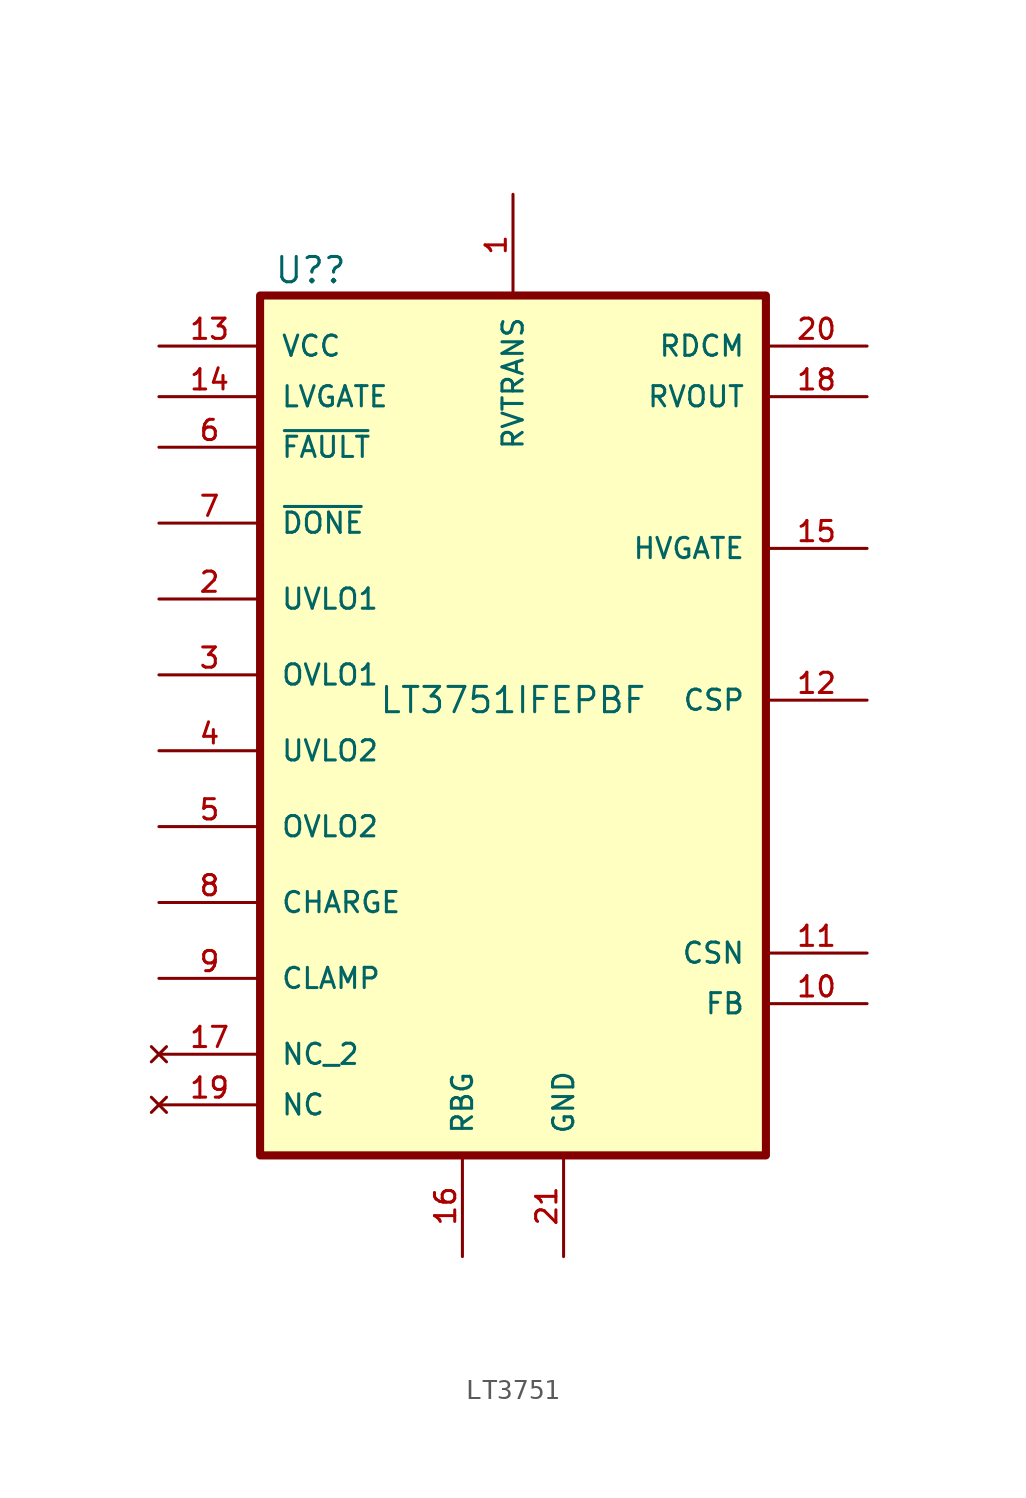
<source format=kicad_sym>
(kicad_symbol_lib
  (version 20211014)
  (generator kicad_symbol_editor)
  (symbol "LT3751"
    (pin_names
      (offset 1.016))
    (property "Reference" "U?"
      (at -10.16 21.59 0)
      (effects (font (size 1.27 1.27))))
    (property "Value" "LT3751IFEPBF"
      (at 0 0 0)
      (effects (font (size 1.27 1.27))))
    (property "ki_locked" ""
      (at 0 0 0)
      (effects (font (size 1.27 1.27))))
    (symbol "LT3751_0_0"
      (rectangle (start -12.7 20.32) (end 12.7 -22.86) (stroke (width 0.406) (type default) (color 0 0 0 0)) (fill (type background)))
      (pin input line (at 0 25.4 270) (length 5.08) (name "RVTRANS" (effects (font (size 1.016 1.016)))) (number "1" (effects (font (size 1.016 1.016)))))
      (pin input line (at 17.78 -15.24 180) (length 5.08) (name "FB" (effects (font (size 1.016 1.016)))) (number "10" (effects (font (size 1.016 1.016)))))
      (pin input line (at 17.78 -12.7 180) (length 5.08) (name "CSN" (effects (font (size 1.016 1.016)))) (number "11" (effects (font (size 1.016 1.016)))))
      (pin input line (at 17.78 0 180) (length 5.08) (name "CSP" (effects (font (size 1.016 1.016)))) (number "12" (effects (font (size 1.016 1.016)))))
      (pin power_in line (at -17.78 17.78 0) (length 5.08) (name "VCC" (effects (font (size 1.016 1.016)))) (number "13" (effects (font (size 1.016 1.016)))))
      (pin passive line (at -17.78 15.24 0) (length 5.08) (name "LVGATE" (effects (font (size 1.016 1.016)))) (number "14" (effects (font (size 1.016 1.016)))))
      (pin passive line (at 17.78 7.62 180) (length 5.08) (name "HVGATE" (effects (font (size 1.016 1.016)))) (number "15" (effects (font (size 1.016 1.016)))))
      (pin passive line (at -2.54 -27.94 90) (length 5.08) (name "RBG" (effects (font (size 1.016 1.016)))) (number "16" (effects (font (size 1.016 1.016)))))
      (pin no_connect line (at -17.78 -17.78 0) (length 5.08) (name "NC_2" (effects (font (size 1.016 1.016)))) (number "17" (effects (font (size 1.016 1.016)))))
      (pin input line (at 17.78 15.24 180) (length 5.08) (name "RVOUT" (effects (font (size 1.016 1.016)))) (number "18" (effects (font (size 1.016 1.016)))))
      (pin no_connect line (at -17.78 -20.32 0) (length 5.08) (name "NC" (effects (font (size 1.016 1.016)))) (number "19" (effects (font (size 1.016 1.016)))))
      (pin input line (at -17.78 5.08 0) (length 5.08) (name "UVLO1" (effects (font (size 1.016 1.016)))) (number "2" (effects (font (size 1.016 1.016)))))
      (pin input line (at 17.78 17.78 180) (length 5.08) (name "RDCM" (effects (font (size 1.016 1.016)))) (number "20" (effects (font (size 1.016 1.016)))))
      (pin passive line (at 2.54 -27.94 90) (length 5.08) (name "GND" (effects (font (size 1.016 1.016)))) (number "21" (effects (font (size 1.016 1.016)))))
      (pin input line (at -17.78 1.27 0) (length 5.08) (name "OVLO1" (effects (font (size 1.016 1.016)))) (number "3" (effects (font (size 1.016 1.016)))))
      (pin input line (at -17.78 -2.54 0) (length 5.08) (name "UVLO2" (effects (font (size 1.016 1.016)))) (number "4" (effects (font (size 1.016 1.016)))))
      (pin input line (at -17.78 -6.35 0) (length 5.08) (name "OVLO2" (effects (font (size 1.016 1.016)))) (number "5" (effects (font (size 1.016 1.016)))))
      (pin passive line (at -17.78 12.7 0) (length 5.08) (name "~{FAULT}" (effects (font (size 1.016 1.016)))) (number "6" (effects (font (size 1.016 1.016)))))
      (pin passive line (at -17.78 8.89 0) (length 5.08) (name "~{DONE}" (effects (font (size 1.016 1.016)))) (number "7" (effects (font (size 1.016 1.016)))))
      (pin input line (at -17.78 -10.16 0) (length 5.08) (name "CHARGE" (effects (font (size 1.016 1.016)))) (number "8" (effects (font (size 1.016 1.016)))))
      (pin input line (at -17.78 -13.97 0) (length 5.08) (name "CLAMP" (effects (font (size 1.016 1.016)))) (number "9" (effects (font (size 1.016 1.016))))))))
</source>
